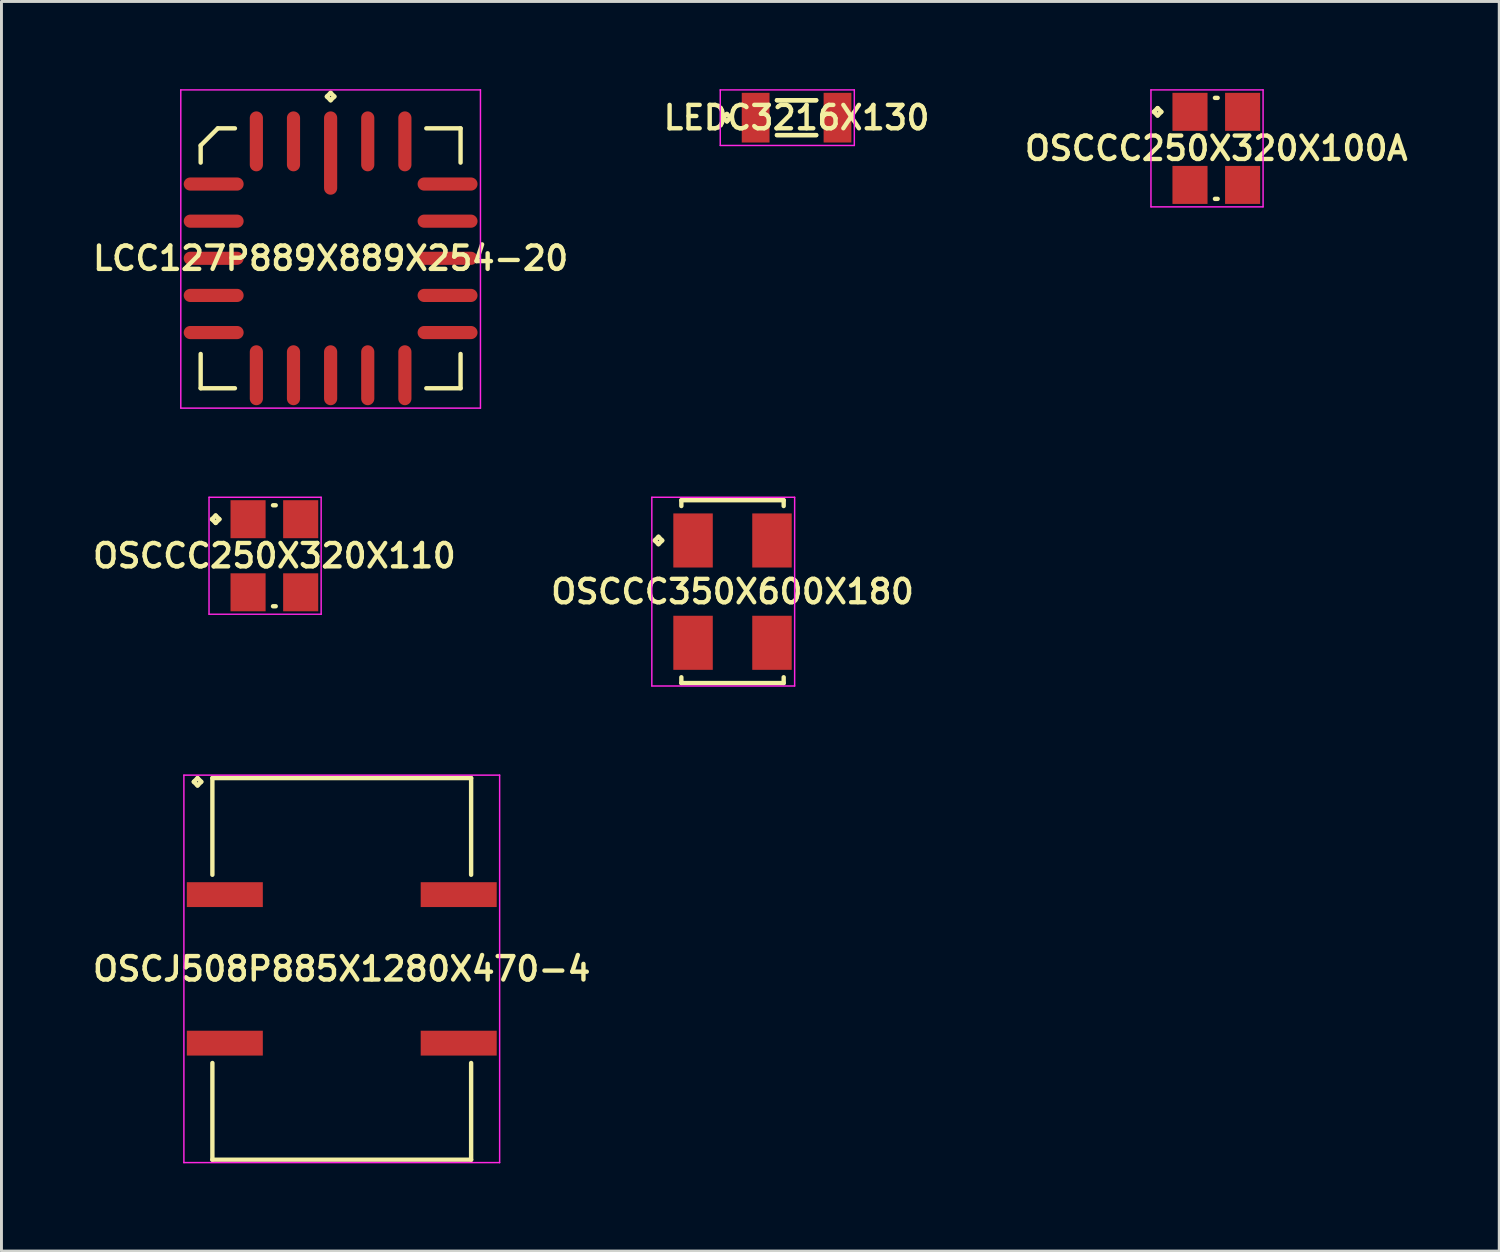
<source format=kicad_pcb>
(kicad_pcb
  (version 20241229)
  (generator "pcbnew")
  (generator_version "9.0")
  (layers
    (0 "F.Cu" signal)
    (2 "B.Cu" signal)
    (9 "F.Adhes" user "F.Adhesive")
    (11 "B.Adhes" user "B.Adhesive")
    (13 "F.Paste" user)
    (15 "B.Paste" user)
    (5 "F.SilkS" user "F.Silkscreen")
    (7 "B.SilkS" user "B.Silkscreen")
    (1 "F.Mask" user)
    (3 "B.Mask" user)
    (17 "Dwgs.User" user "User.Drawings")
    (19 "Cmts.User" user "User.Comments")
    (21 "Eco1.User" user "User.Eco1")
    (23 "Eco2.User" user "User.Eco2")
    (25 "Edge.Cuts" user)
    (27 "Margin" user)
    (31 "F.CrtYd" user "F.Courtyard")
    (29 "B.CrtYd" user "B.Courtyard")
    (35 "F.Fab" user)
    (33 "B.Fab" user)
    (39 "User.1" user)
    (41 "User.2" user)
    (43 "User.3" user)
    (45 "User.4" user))
  (footprint "OSCJ508P885X1280X470-4"
    (layer "F.Cu")
    (at 8.64 30.091)
    (property "Reference" "OSCJ508P885X1280X470-4" (at 0 0 0) (layer "F.SilkS") (effects (font (size 0.8 0.8) (thickness 0.15))))
    (attr smd)
    (fp_line (start -5.06 -6.4) (end -4.933 -6.527) (stroke (width 0.15) (type solid)) (layer "F.SilkS"))
    (fp_line (start -4.933 -6.527) (end -4.806 -6.4) (stroke (width 0.15) (type solid)) (layer "F.SilkS"))
    (fp_line (start -4.933 -6.273) (end -5.06 -6.4) (stroke (width 0.15) (type solid)) (layer "F.SilkS"))
    (fp_line (start -4.806 -6.4) (end -4.933 -6.273) (stroke (width 0.15) (type solid)) (layer "F.SilkS"))
    (fp_line (start -4.425 -6.527) (end 4.425 -6.527) (stroke (width 0.15) (type solid)) (layer "F.SilkS"))
    (fp_line (start -4.425 -3.219) (end -4.425 -6.527) (stroke (width 0.15) (type solid)) (layer "F.SilkS"))
    (fp_line (start -4.425 3.219) (end -4.425 6.527) (stroke (width 0.15) (type solid)) (layer "F.SilkS"))
    (fp_line (start -4.425 6.527) (end 4.425 6.527) (stroke (width 0.15) (type solid)) (layer "F.SilkS"))
    (fp_line (start 4.425 -6.527) (end 4.425 -3.219) (stroke (width 0.15) (type solid)) (layer "F.SilkS"))
    (fp_line (start 4.425 6.527) (end 4.425 3.219) (stroke (width 0.15) (type solid)) (layer "F.SilkS"))
    (fp_line (start -5.4 -6.627) (end 5.4 -6.627) (stroke (width 0.05) (type solid)) (layer "F.CrtYd"))
    (fp_line (start -5.4 6.627) (end -5.4 -6.627) (stroke (width 0.05) (type solid)) (layer "F.CrtYd"))
    (fp_line (start 5.4 -6.627) (end 5.4 6.627) (stroke (width 0.05) (type solid)) (layer "F.CrtYd"))
    (fp_line (start 5.4 6.627) (end -5.4 6.627) (stroke (width 0.05) (type solid)) (layer "F.CrtYd"))
    (pad "1" smd rect (at -4 -2.54) (size 2.6 0.85) (layers "F.Cu" "F.Mask" "F.Paste"))
    (pad "2" smd rect (at -4 2.54) (size 2.6 0.85) (layers "F.Cu" "F.Mask" "F.Paste"))
    (pad "3" smd rect (at 4 2.54) (size 2.6 0.85) (layers "F.Cu" "F.Mask" "F.Paste"))
    (pad "4" smd rect (at 4 -2.54) (size 2.6 0.85) (layers "F.Cu" "F.Mask" "F.Paste")))
  (footprint "OSCCC250X320X100A"
    (layer "F.Cu")
    (at 38.554 2.025)
    (property "Reference" "OSCCC250X320X100A" (at 0 0 0) (layer "F.SilkS") (effects (font (size 0.8 0.8) (thickness 0.15))))
    (attr smd)
    (fp_line (start -2.135 -1.25) (end -2.008 -1.377) (stroke (width 0.15) (type solid)) (layer "F.SilkS"))
    (fp_line (start -2.008 -1.377) (end -1.881 -1.25) (stroke (width 0.15) (type solid)) (layer "F.SilkS"))
    (fp_line (start -2.008 -1.123) (end -2.135 -1.25) (stroke (width 0.15) (type solid)) (layer "F.SilkS"))
    (fp_line (start -1.881 -1.25) (end -2.008 -1.123) (stroke (width 0.15) (type solid)) (layer "F.SilkS"))
    (fp_line (start -0.046 -1.727) (end 0.046 -1.727) (stroke (width 0.15) (type solid)) (layer "F.SilkS"))
    (fp_line (start -0.046 1.727) (end 0.046 1.727) (stroke (width 0.15) (type solid)) (layer "F.SilkS"))
    (fp_line (start -2.235 -2) (end 1.6 -2) (stroke (width 0.05) (type solid)) (layer "F.CrtYd"))
    (fp_line (start -2.235 2) (end -2.235 -2) (stroke (width 0.05) (type solid)) (layer "F.CrtYd"))
    (fp_line (start 1.6 -2) (end 1.6 2) (stroke (width 0.05) (type solid)) (layer "F.CrtYd"))
    (fp_line (start 1.6 2) (end -2.235 2) (stroke (width 0.05) (type solid)) (layer "F.CrtYd"))
    (pad "1" smd rect (at -0.9 -1.25) (size 1.2 1.3) (layers "F.Cu" "F.Mask" "F.Paste"))
    (pad "2" smd rect (at -0.9 1.25) (size 1.2 1.3) (layers "F.Cu" "F.Mask" "F.Paste"))
    (pad "3" smd rect (at 0.9 1.25) (size 1.2 1.3) (layers "F.Cu" "F.Mask" "F.Paste"))
    (pad "4" smd rect (at 0.9 -1.25) (size 1.2 1.3) (layers "F.Cu" "F.Mask" "F.Paste")))
  (footprint "LCC127P889X889X254-20"
    (layer "F.Cu")
    (at 8.259 5.785)
    (property "Reference" "LCC127P889X889X254-20" (at 0 0 0) (layer "F.SilkS") (effects (font (size 0.8 0.8) (thickness 0.15))))
    (attr smd)
    (fp_line (start -4.445 -3.859) (end -3.859 -4.445) (stroke (width 0.15) (type solid)) (layer "F.SilkS"))
    (fp_line (start -4.445 -3.273) (end -4.445 -3.859) (stroke (width 0.15) (type solid)) (layer "F.SilkS"))
    (fp_line (start -4.445 3.273) (end -4.445 4.445) (stroke (width 0.15) (type solid)) (layer "F.SilkS"))
    (fp_line (start -4.445 4.445) (end -3.273 4.445) (stroke (width 0.15) (type solid)) (layer "F.SilkS"))
    (fp_line (start -3.859 -4.445) (end -3.273 -4.445) (stroke (width 0.15) (type solid)) (layer "F.SilkS"))
    (fp_line (start -0.127 -5.533) (end 0 -5.66) (stroke (width 0.15) (type solid)) (layer "F.SilkS"))
    (fp_line (start 0 -5.66) (end 0.127 -5.533) (stroke (width 0.15) (type solid)) (layer "F.SilkS"))
    (fp_line (start 0 -5.406) (end -0.127 -5.533) (stroke (width 0.15) (type solid)) (layer "F.SilkS"))
    (fp_line (start 0.127 -5.533) (end 0 -5.406) (stroke (width 0.15) (type solid)) (layer "F.SilkS"))
    (fp_line (start 4.445 -4.445) (end 3.273 -4.445) (stroke (width 0.15) (type solid)) (layer "F.SilkS"))
    (fp_line (start 4.445 -3.273) (end 4.445 -4.445) (stroke (width 0.15) (type solid)) (layer "F.SilkS"))
    (fp_line (start 4.445 3.273) (end 4.445 4.445) (stroke (width 0.15) (type solid)) (layer "F.SilkS"))
    (fp_line (start 4.445 4.445) (end 3.273 4.445) (stroke (width 0.15) (type solid)) (layer "F.SilkS"))
    (fp_line (start -5.125 -5.76) (end 5.125 -5.76) (stroke (width 0.05) (type solid)) (layer "F.CrtYd"))
    (fp_line (start -5.125 5.125) (end -5.125 -5.76) (stroke (width 0.05) (type solid)) (layer "F.CrtYd"))
    (fp_line (start 5.125 -5.76) (end 5.125 5.125) (stroke (width 0.05) (type solid)) (layer "F.CrtYd"))
    (fp_line (start 5.125 5.125) (end -5.125 5.125) (stroke (width 0.05) (type solid)) (layer "F.CrtYd"))
    (pad "1" smd oval (at 0 -3.6) (size 0.45 2.85) (layers "F.Cu" "F.Mask" "F.Paste"))
    (pad "2" smd oval (at -1.27 -4) (size 0.45 2.05) (layers "F.Cu" "F.Mask" "F.Paste"))
    (pad "3" smd oval (at -2.54 -4) (size 0.45 2.05) (layers "F.Cu" "F.Mask" "F.Paste"))
    (pad "4" smd oval (at -4 -2.54) (size 2.05 0.45) (layers "F.Cu" "F.Mask" "F.Paste"))
    (pad "5" smd oval (at -4 -1.27) (size 2.05 0.45) (layers "F.Cu" "F.Mask" "F.Paste"))
    (pad "6" smd oval (at -4 0) (size 2.05 0.45) (layers "F.Cu" "F.Mask" "F.Paste"))
    (pad "7" smd oval (at -4 1.27) (size 2.05 0.45) (layers "F.Cu" "F.Mask" "F.Paste"))
    (pad "8" smd oval (at -4 2.54) (size 2.05 0.45) (layers "F.Cu" "F.Mask" "F.Paste"))
    (pad "9" smd oval (at -2.54 4) (size 0.45 2.05) (layers "F.Cu" "F.Mask" "F.Paste"))
    (pad "10" smd oval (at -1.27 4) (size 0.45 2.05) (layers "F.Cu" "F.Mask" "F.Paste"))
    (pad "11" smd oval (at 0 4) (size 0.45 2.05) (layers "F.Cu" "F.Mask" "F.Paste"))
    (pad "12" smd oval (at 1.27 4) (size 0.45 2.05) (layers "F.Cu" "F.Mask" "F.Paste"))
    (pad "13" smd oval (at 2.54 4) (size 0.45 2.05) (layers "F.Cu" "F.Mask" "F.Paste"))
    (pad "14" smd oval (at 4 2.54) (size 2.05 0.45) (layers "F.Cu" "F.Mask" "F.Paste"))
    (pad "15" smd oval (at 4 1.27) (size 2.05 0.45) (layers "F.Cu" "F.Mask" "F.Paste"))
    (pad "16" smd oval (at 4 0) (size 2.05 0.45) (layers "F.Cu" "F.Mask" "F.Paste"))
    (pad "17" smd oval (at 4 -1.27) (size 2.05 0.45) (layers "F.Cu" "F.Mask" "F.Paste"))
    (pad "18" smd oval (at 4 -2.54) (size 2.05 0.45) (layers "F.Cu" "F.Mask" "F.Paste"))
    (pad "19" smd oval (at 2.54 -4) (size 0.45 2.05) (layers "F.Cu" "F.Mask" "F.Paste"))
    (pad "20" smd oval (at 1.27 -4) (size 0.45 2.05) (layers "F.Cu" "F.Mask" "F.Paste")))
  (footprint "LEDC3216X130"
    (layer "F.Cu")
    (at 24.197 0.975)
    (property "Reference" "LEDC3216X130" (at 0 0 0) (layer "F.SilkS") (effects (font (size 0.8 0.8) (thickness 0.15))))
    (attr smd)
    (fp_line (start -2.51 0) (end -2.383 -0.127) (stroke (width 0.15) (type solid)) (layer "F.SilkS"))
    (fp_line (start -2.383 -0.127) (end -2.256 0) (stroke (width 0.15) (type solid)) (layer "F.SilkS"))
    (fp_line (start -2.383 0.127) (end -2.51 0) (stroke (width 0.15) (type solid)) (layer "F.SilkS"))
    (fp_line (start -2.256 0) (end -2.383 0.127) (stroke (width 0.15) (type solid)) (layer "F.SilkS"))
    (fp_line (start -0.671 -0.596) (end 0.671 -0.596) (stroke (width 0.15) (type solid)) (layer "F.SilkS"))
    (fp_line (start -0.671 0.596) (end 0.671 0.596) (stroke (width 0.15) (type solid)) (layer "F.SilkS"))
    (fp_line (start 0.671 -0.596) (end -0.671 -0.596) (stroke (width 0.15) (type solid)) (layer "F.SilkS"))
    (fp_line (start 0.671 0.596) (end -0.671 0.596) (stroke (width 0.15) (type solid)) (layer "F.SilkS"))
    (fp_line (start -2.61 -0.95) (end 1.975 -0.95) (stroke (width 0.05) (type solid)) (layer "F.CrtYd"))
    (fp_line (start -2.61 0.95) (end -2.61 -0.95) (stroke (width 0.05) (type solid)) (layer "F.CrtYd"))
    (fp_line (start 1.975 -0.95) (end 1.975 0.95) (stroke (width 0.05) (type solid)) (layer "F.CrtYd"))
    (fp_line (start 1.975 0.95) (end -2.61 0.95) (stroke (width 0.05) (type solid)) (layer "F.CrtYd"))
    (pad "1" smd rect (at -1.4 0) (size 0.95 1.7) (layers "F.Cu" "F.Mask" "F.Paste"))
    (pad "2" smd rect (at 1.4 0) (size 0.95 1.7) (layers "F.Cu" "F.Mask" "F.Paste")))
  (footprint "OSCCC250X320X110"
    (layer "F.Cu")
    (at 6.335 15.96)
    (property "Reference" "OSCCC250X320X110" (at 0 0 0) (layer "F.SilkS") (effects (font (size 0.8 0.8) (thickness 0.15))))
    (attr smd)
    (fp_line (start -2.135 -1.25) (end -2.008 -1.377) (stroke (width 0.15) (type solid)) (layer "F.SilkS"))
    (fp_line (start -2.008 -1.377) (end -1.881 -1.25) (stroke (width 0.15) (type solid)) (layer "F.SilkS"))
    (fp_line (start -2.008 -1.123) (end -2.135 -1.25) (stroke (width 0.15) (type solid)) (layer "F.SilkS"))
    (fp_line (start -1.881 -1.25) (end -2.008 -1.123) (stroke (width 0.15) (type solid)) (layer "F.SilkS"))
    (fp_line (start -0.046 -1.727) (end 0.046 -1.727) (stroke (width 0.15) (type solid)) (layer "F.SilkS"))
    (fp_line (start -0.046 1.727) (end 0.046 1.727) (stroke (width 0.15) (type solid)) (layer "F.SilkS"))
    (fp_line (start -2.235 -2) (end 1.6 -2) (stroke (width 0.05) (type solid)) (layer "F.CrtYd"))
    (fp_line (start -2.235 2) (end -2.235 -2) (stroke (width 0.05) (type solid)) (layer "F.CrtYd"))
    (fp_line (start 1.6 -2) (end 1.6 2) (stroke (width 0.05) (type solid)) (layer "F.CrtYd"))
    (fp_line (start 1.6 2) (end -2.235 2) (stroke (width 0.05) (type solid)) (layer "F.CrtYd"))
    (pad "1" smd rect (at -0.9 -1.25) (size 1.2 1.3) (layers "F.Cu" "F.Mask" "F.Paste"))
    (pad "2" smd rect (at -0.9 1.25) (size 1.2 1.3) (layers "F.Cu" "F.Mask" "F.Paste"))
    (pad "3" smd rect (at 0.9 1.25) (size 1.2 1.3) (layers "F.Cu" "F.Mask" "F.Paste"))
    (pad "4" smd rect (at 0.9 -1.25) (size 1.2 1.3) (layers "F.Cu" "F.Mask" "F.Paste")))
  (footprint "OSCCC350X600X180"
    (layer "F.Cu")
    (at 22.006 17.187)
    (property "Reference" "OSCCC350X600X180" (at 0 0 0) (layer "F.SilkS") (effects (font (size 0.8 0.8) (thickness 0.15))))
    (attr smd)
    (fp_line (start -2.66 -1.75) (end -2.533 -1.877) (stroke (width 0.15) (type solid)) (layer "F.SilkS"))
    (fp_line (start -2.533 -1.877) (end -2.406 -1.75) (stroke (width 0.15) (type solid)) (layer "F.SilkS"))
    (fp_line (start -2.533 -1.623) (end -2.66 -1.75) (stroke (width 0.15) (type solid)) (layer "F.SilkS"))
    (fp_line (start -2.406 -1.75) (end -2.533 -1.623) (stroke (width 0.15) (type solid)) (layer "F.SilkS"))
    (fp_line (start -1.75 -3.127) (end 1.75 -3.127) (stroke (width 0.15) (type solid)) (layer "F.SilkS"))
    (fp_line (start -1.75 -2.929) (end -1.75 -3.127) (stroke (width 0.15) (type solid)) (layer "F.SilkS"))
    (fp_line (start -1.75 2.929) (end -1.75 3.127) (stroke (width 0.15) (type solid)) (layer "F.SilkS"))
    (fp_line (start -1.75 3.127) (end 1.75 3.127) (stroke (width 0.15) (type solid)) (layer "F.SilkS"))
    (fp_line (start 1.75 -3.127) (end 1.75 -2.929) (stroke (width 0.15) (type solid)) (layer "F.SilkS"))
    (fp_line (start 1.75 3.127) (end 1.75 2.929) (stroke (width 0.15) (type solid)) (layer "F.SilkS"))
    (fp_line (start -2.76 -3.227) (end 2.125 -3.227) (stroke (width 0.05) (type solid)) (layer "F.CrtYd"))
    (fp_line (start -2.76 3.227) (end -2.76 -3.227) (stroke (width 0.05) (type solid)) (layer "F.CrtYd"))
    (fp_line (start 2.125 -3.227) (end 2.125 3.227) (stroke (width 0.05) (type solid)) (layer "F.CrtYd"))
    (fp_line (start 2.125 3.227) (end -2.76 3.227) (stroke (width 0.05) (type solid)) (layer "F.CrtYd"))
    (pad "1" smd rect (at -1.35 -1.75) (size 1.35 1.85) (layers "F.Cu" "F.Mask" "F.Paste"))
    (pad "2" smd rect (at -1.35 1.75) (size 1.35 1.85) (layers "F.Cu" "F.Mask" "F.Paste"))
    (pad "3" smd rect (at 1.35 1.75) (size 1.35 1.85) (layers "F.Cu" "F.Mask" "F.Paste"))
    (pad "4" smd rect (at 1.35 -1.75) (size 1.35 1.85) (layers "F.Cu" "F.Mask" "F.Paste")))
  (gr_rect
    (start -3 -3)
    (end 48.232 39.743)
    (stroke (width 0.1) (type default))
    (fill no)
    (layer "Edge.Cuts")))
</source>
